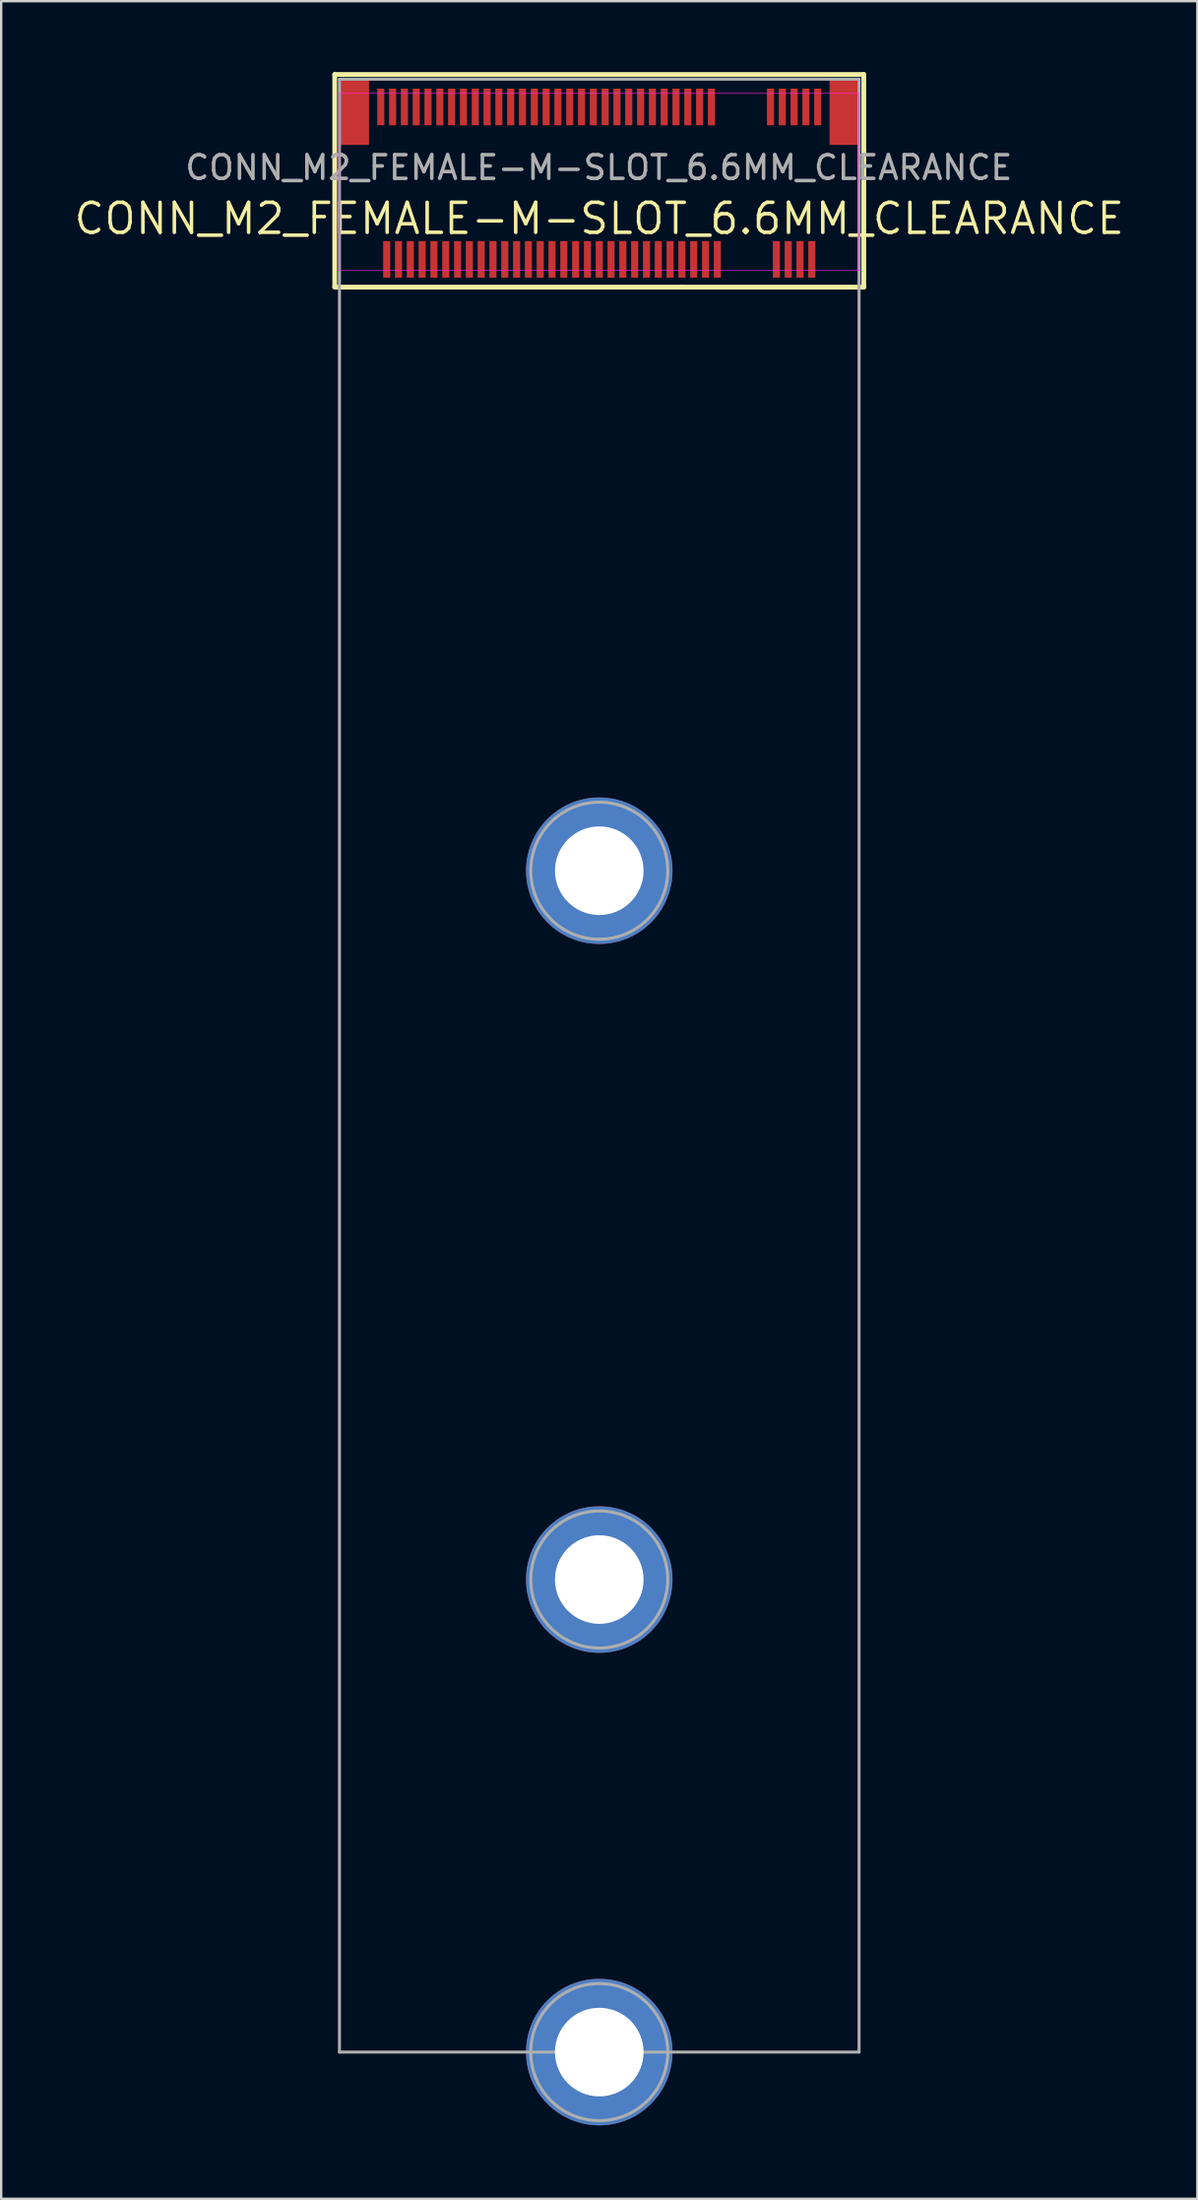
<source format=kicad_pcb>
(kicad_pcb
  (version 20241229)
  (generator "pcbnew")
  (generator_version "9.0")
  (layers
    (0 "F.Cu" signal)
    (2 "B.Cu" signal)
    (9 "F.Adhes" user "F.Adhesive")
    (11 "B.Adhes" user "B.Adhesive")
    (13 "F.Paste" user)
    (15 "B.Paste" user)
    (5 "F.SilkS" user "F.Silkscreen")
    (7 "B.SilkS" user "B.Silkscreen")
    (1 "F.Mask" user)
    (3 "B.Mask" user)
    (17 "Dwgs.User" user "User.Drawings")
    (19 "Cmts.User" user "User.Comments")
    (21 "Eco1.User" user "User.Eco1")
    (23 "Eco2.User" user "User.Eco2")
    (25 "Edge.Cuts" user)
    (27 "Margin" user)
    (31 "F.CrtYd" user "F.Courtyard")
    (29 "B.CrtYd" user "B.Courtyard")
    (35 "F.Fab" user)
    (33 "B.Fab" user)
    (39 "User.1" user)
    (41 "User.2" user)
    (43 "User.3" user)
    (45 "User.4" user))
  (footprint "CONN_M2_FEMALE-M-SLOT_6.6MM_CLEARANCE"
    (layer "F.Cu")
    (at 22.323 6.202)
    (property "Reference" "CONN_M2_FEMALE-M-SLOT_6.6MM_CLEARANCE" (at 0 0 0) (layer "F.SilkS") (effects (font (size 1.27 1.27) (thickness 0.15))))
    (fp_line (start -11.2 2.9) (end -11.2 -6.1) (stroke (width 0.203) (type solid)) (layer "F.SilkS"))
    (fp_line (start 3.5 2.9) (end -11.2 2.9) (stroke (width 0.203) (type solid)) (layer "F.SilkS"))
    (fp_line (start 3.5 2.9) (end 11.2 2.9) (stroke (width 0.203) (type solid)) (layer "F.SilkS"))
    (fp_line (start 11.2 -6.1) (end -11.2 -6.1) (stroke (width 0.203) (type solid)) (layer "F.SilkS"))
    (fp_line (start 11.2 2.9) (end 11.2 -6.1) (stroke (width 0.203) (type solid)) (layer "F.SilkS"))
    (fp_arc (start 0 27.55) (mid 0.05 27.6) (end 0 27.65) (stroke (width 0.00001) (type solid)) (layer "F.Paste"))
    (fp_arc (start 0 27.65) (mid -0.05 27.6) (end 0 27.55) (stroke (width 0.00001) (type solid)) (layer "F.Paste"))
    (fp_arc (start 0 57.54857) (mid 0.05 57.59857) (end 0 57.64857) (stroke (width 0.00001) (type solid)) (layer "F.Paste"))
    (fp_arc (start 0 57.64857) (mid -0.05 57.59857) (end 0 57.54857) (stroke (width 0.00001) (type solid)) (layer "F.Paste"))
    (fp_arc (start 0 77.55) (mid 0.05 77.6) (end 0 77.65) (stroke (width 0.00001) (type solid)) (layer "F.Paste"))
    (fp_arc (start 0 77.65) (mid -0.05 77.6) (end 0 77.55) (stroke (width 0.00001) (type solid)) (layer "F.Paste"))
    (fp_poly (pts (xy -2.003 28.238) (xy -1.898 28.505) (xy -1.757 28.754) (xy -1.584 28.982) (xy -1.382 29.184) (xy -1.154 29.357) (xy -0.905 29.498) (xy -0.638 29.603) (xy -0.5 29.64) (xy -0.5 30.811) (xy -0.684 30.78) (xy -1.043 30.681) (xy -1.389 30.541) (xy -1.717 30.363) (xy -2.022 30.148) (xy -2.3 29.9) (xy -2.548 29.622) (xy -2.763 29.317) (xy -2.941 28.989) (xy -3.081 28.643) (xy -3.18 28.284) (xy -3.211 28.1) (xy -2.04 28.1)) (stroke (width 0.00001) (type solid)) (fill yes) (layer "F.Paste"))
    (fp_poly (pts (xy -2.003 58.237) (xy -1.898 58.503) (xy -1.757 58.753) (xy -1.584 58.981) (xy -1.382 59.183) (xy -1.154 59.356) (xy -0.905 59.496) (xy -0.638 59.602) (xy -0.5 59.638) (xy -0.5 60.81) (xy -0.684 60.779) (xy -1.043 60.679) (xy -1.389 60.54) (xy -1.717 60.361) (xy -2.022 60.147) (xy -2.3 59.899) (xy -2.548 59.62) (xy -2.763 59.315) (xy -2.941 58.988) (xy -3.081 58.642) (xy -3.18 58.282) (xy -3.211 58.099) (xy -2.04 58.099)) (stroke (width 0.00001) (type solid)) (fill yes) (layer "F.Paste"))
    (fp_poly (pts (xy -2.003 78.238) (xy -1.898 78.505) (xy -1.757 78.754) (xy -1.584 78.982) (xy -1.382 79.184) (xy -1.154 79.357) (xy -0.905 79.498) (xy -0.638 79.603) (xy -0.5 79.64) (xy -0.5 80.811) (xy -0.684 80.78) (xy -1.043 80.681) (xy -1.389 80.541) (xy -1.717 80.363) (xy -2.022 80.148) (xy -2.3 79.9) (xy -2.548 79.622) (xy -2.763 79.317) (xy -2.941 78.989) (xy -3.081 78.643) (xy -3.18 78.284) (xy -3.211 78.1) (xy -2.04 78.1)) (stroke (width 0.00001) (type solid)) (fill yes) (layer "F.Paste"))
    (fp_poly (pts (xy -0.5 25.56) (xy -0.638 25.597) (xy -0.905 25.702) (xy -1.154 25.843) (xy -1.382 26.016) (xy -1.584 26.218) (xy -1.757 26.446) (xy -1.898 26.695) (xy -2.003 26.962) (xy -2.04 27.1) (xy -3.211 27.1) (xy -3.18 26.916) (xy -3.081 26.557) (xy -2.941 26.211) (xy -2.763 25.883) (xy -2.548 25.578) (xy -2.3 25.3) (xy -2.022 25.052) (xy -1.717 24.837) (xy -1.389 24.659) (xy -1.043 24.519) (xy -0.684 24.42) (xy -0.5 24.389)) (stroke (width 0.00001) (type solid)) (fill yes) (layer "F.Paste"))
    (fp_poly (pts (xy -0.5 55.559) (xy -0.638 55.595) (xy -0.905 55.701) (xy -1.154 55.841) (xy -1.382 56.014) (xy -1.584 56.217) (xy -1.757 56.445) (xy -1.898 56.694) (xy -2.003 56.96) (xy -2.04 57.099) (xy -3.211 57.099) (xy -3.18 56.915) (xy -3.081 56.555) (xy -2.941 56.209) (xy -2.763 55.882) (xy -2.548 55.577) (xy -2.3 55.299) (xy -2.022 55.05) (xy -1.717 54.836) (xy -1.389 54.657) (xy -1.043 54.518) (xy -0.684 54.419) (xy -0.5 54.387)) (stroke (width 0.00001) (type solid)) (fill yes) (layer "F.Paste"))
    (fp_poly (pts (xy -0.5 75.56) (xy -0.638 75.597) (xy -0.905 75.702) (xy -1.154 75.843) (xy -1.382 76.016) (xy -1.584 76.218) (xy -1.757 76.446) (xy -1.898 76.695) (xy -2.003 76.962) (xy -2.04 77.1) (xy -3.211 77.1) (xy -3.18 76.916) (xy -3.081 76.557) (xy -2.941 76.211) (xy -2.763 75.883) (xy -2.548 75.578) (xy -2.3 75.3) (xy -2.022 75.052) (xy -1.717 74.837) (xy -1.389 74.659) (xy -1.043 74.519) (xy -0.684 74.42) (xy -0.5 74.389)) (stroke (width 0.00001) (type solid)) (fill yes) (layer "F.Paste"))
    (fp_poly (pts (xy 0.684 24.42) (xy 1.043 24.519) (xy 1.389 24.659) (xy 1.717 24.837) (xy 2.022 25.052) (xy 2.3 25.3) (xy 2.548 25.578) (xy 2.763 25.883) (xy 2.941 26.211) (xy 3.081 26.557) (xy 3.18 26.916) (xy 3.211 27.1) (xy 3.211 27.1) (xy 2.04 27.1) (xy 2.003 26.962) (xy 1.898 26.695) (xy 1.757 26.446) (xy 1.584 26.218) (xy 1.382 26.016) (xy 1.154 25.843) (xy 0.905 25.702) (xy 0.638 25.597) (xy 0.5 25.56) (xy 0.5 25.56) (xy 0.5 24.389)) (stroke (width 0.00001) (type solid)) (fill yes) (layer "F.Paste"))
    (fp_poly (pts (xy 0.684 54.419) (xy 1.043 54.518) (xy 1.389 54.657) (xy 1.717 54.836) (xy 2.022 55.05) (xy 2.3 55.299) (xy 2.548 55.577) (xy 2.763 55.882) (xy 2.941 56.209) (xy 3.081 56.555) (xy 3.18 56.915) (xy 3.211 57.099) (xy 3.211 57.099) (xy 2.04 57.099) (xy 2.003 56.96) (xy 1.898 56.694) (xy 1.757 56.445) (xy 1.584 56.217) (xy 1.382 56.014) (xy 1.154 55.841) (xy 0.905 55.701) (xy 0.638 55.595) (xy 0.5 55.559) (xy 0.5 55.559) (xy 0.5 54.387)) (stroke (width 0.00001) (type solid)) (fill yes) (layer "F.Paste"))
    (fp_poly (pts (xy 0.684 74.42) (xy 1.043 74.519) (xy 1.389 74.659) (xy 1.717 74.837) (xy 2.022 75.052) (xy 2.3 75.3) (xy 2.548 75.578) (xy 2.763 75.883) (xy 2.941 76.211) (xy 3.081 76.557) (xy 3.18 76.916) (xy 3.211 77.1) (xy 3.211 77.1) (xy 2.04 77.1) (xy 2.003 76.962) (xy 1.898 76.695) (xy 1.757 76.446) (xy 1.584 76.218) (xy 1.382 76.016) (xy 1.154 75.843) (xy 0.905 75.702) (xy 0.638 75.597) (xy 0.5 75.56) (xy 0.5 75.56) (xy 0.5 74.389)) (stroke (width 0.00001) (type solid)) (fill yes) (layer "F.Paste"))
    (fp_poly (pts (xy 3.211 28.1) (xy 3.18 28.284) (xy 3.081 28.643) (xy 2.941 28.989) (xy 2.763 29.317) (xy 2.548 29.622) (xy 2.3 29.9) (xy 2.022 30.148) (xy 1.717 30.363) (xy 1.389 30.541) (xy 1.043 30.681) (xy 0.684 30.78) (xy 0.5 30.811) (xy 0.5 29.64) (xy 0.5 29.64) (xy 0.638 29.603) (xy 0.905 29.498) (xy 1.154 29.357) (xy 1.382 29.184) (xy 1.584 28.982) (xy 1.757 28.754) (xy 1.898 28.505) (xy 2.003 28.238) (xy 2.04 28.1) (xy 3.211 28.1)) (stroke (width 0.00001) (type solid)) (fill yes) (layer "F.Paste"))
    (fp_poly (pts (xy 3.211 58.099) (xy 3.18 58.282) (xy 3.081 58.642) (xy 2.941 58.988) (xy 2.763 59.315) (xy 2.548 59.62) (xy 2.3 59.899) (xy 2.022 60.147) (xy 1.717 60.361) (xy 1.389 60.54) (xy 1.043 60.679) (xy 0.684 60.779) (xy 0.5 60.81) (xy 0.5 59.638) (xy 0.5 59.638) (xy 0.638 59.602) (xy 0.905 59.496) (xy 1.154 59.356) (xy 1.382 59.183) (xy 1.584 58.981) (xy 1.757 58.753) (xy 1.898 58.503) (xy 2.003 58.237) (xy 2.04 58.099) (xy 3.211 58.099)) (stroke (width 0.00001) (type solid)) (fill yes) (layer "F.Paste"))
    (fp_poly (pts (xy 3.211 78.1) (xy 3.18 78.284) (xy 3.081 78.643) (xy 2.941 78.989) (xy 2.763 79.317) (xy 2.548 79.622) (xy 2.3 79.9) (xy 2.022 80.148) (xy 1.717 80.363) (xy 1.389 80.541) (xy 1.043 80.681) (xy 0.684 80.78) (xy 0.5 80.811) (xy 0.5 79.64) (xy 0.5 79.64) (xy 0.638 79.603) (xy 0.905 79.498) (xy 1.154 79.357) (xy 1.382 79.184) (xy 1.584 78.982) (xy 1.757 78.754) (xy 1.898 78.505) (xy 2.003 78.238) (xy 2.04 78.1) (xy 3.211 78.1)) (stroke (width 0.00001) (type solid)) (fill yes) (layer "F.Paste"))
    (fp_line (start -11 -5.3) (end -11 2.2) (stroke (width 0.025) (type solid)) (layer "F.CrtYd"))
    (fp_line (start -11 2.2) (end 11 2.2) (stroke (width 0.025) (type solid)) (layer "F.CrtYd"))
    (fp_line (start 11 -5.3) (end -11 -5.3) (stroke (width 0.025) (type solid)) (layer "F.CrtYd"))
    (fp_line (start 11 2.2) (end 11 -5.3) (stroke (width 0.025) (type solid)) (layer "F.CrtYd"))
    (fp_line (start -11 -5.9) (end -11 77.6) (stroke (width 0.127) (type solid)) (layer "F.Fab"))
    (fp_line (start -11 77.6) (end 11 77.6) (stroke (width 0.127) (type solid)) (layer "F.Fab"))
    (fp_line (start 11 -5.9) (end -11 -5.9) (stroke (width 0.127) (type solid)) (layer "F.Fab"))
    (fp_line (start 11 77.6) (end 11 -5.9) (stroke (width 0.127) (type solid)) (layer "F.Fab"))
    (fp_arc (start 0 24.7) (mid 2.9 27.6) (end 0 30.5) (stroke (width 0.127) (type solid)) (layer "F.Fab"))
    (fp_arc (start 0 30.5) (mid -2.9 27.6) (end 0 24.7) (stroke (width 0.127) (type solid)) (layer "F.Fab"))
    (fp_arc (start 0 54.69857) (mid 2.9 57.59857) (end 0 60.49857) (stroke (width 0.127) (type solid)) (layer "F.Fab"))
    (fp_arc (start 0 60.49857) (mid -2.9 57.59857) (end 0 54.69857) (stroke (width 0.127) (type solid)) (layer "F.Fab"))
    (fp_arc (start 0 74.7) (mid 2.9 77.6) (end 0 80.5) (stroke (width 0.127) (type solid)) (layer "F.Fab"))
    (fp_arc (start 0 80.5) (mid -2.9 77.6) (end 0 74.7) (stroke (width 0.127) (type solid)) (layer "F.Fab"))
    (fp_text user "${REFERENCE}" (at -0.02 -2.16 0) (unlocked yes) (layer "F.Fab") (effects (font (size 1 1) (thickness 0.15))))
    (pad "" np_thru_hole circle (at -10 0) (size 0.00001 0.00001) (drill 1.1) (layers "*.Cu" "*.Paste" "*.Mask"))
    (pad "" np_thru_hole circle (at 10 0) (size 0.001 0.001) (drill 1.6) (layers "*.Cu" "*.Paste" "*.Mask"))
    (pad "1" smd roundrect (at -9.25 -4.725 90) (size 1.55 0.3) (layers "F.Cu" "F.Mask" "F.Paste") (roundrect_rratio 0.033))
    (pad "2" smd roundrect (at -9 1.725 90) (size 1.55 0.3) (layers "F.Cu" "F.Mask" "F.Paste") (roundrect_rratio 0.033))
    (pad "3" smd roundrect (at -8.75 -4.725 90) (size 1.55 0.3) (layers "F.Cu" "F.Mask" "F.Paste") (roundrect_rratio 0.033))
    (pad "4" smd roundrect (at -8.5 1.725 90) (size 1.55 0.3) (layers "F.Cu" "F.Mask" "F.Paste") (roundrect_rratio 0.033))
    (pad "5" smd roundrect (at -8.25 -4.725 90) (size 1.55 0.3) (layers "F.Cu" "F.Mask" "F.Paste") (roundrect_rratio 0.033))
    (pad "6" smd roundrect (at -8 1.725 90) (size 1.55 0.3) (layers "F.Cu" "F.Mask" "F.Paste") (roundrect_rratio 0.033))
    (pad "7" smd roundrect (at -7.75 -4.725 90) (size 1.55 0.3) (layers "F.Cu" "F.Mask" "F.Paste") (roundrect_rratio 0.033))
    (pad "8" smd roundrect (at -7.5 1.725 90) (size 1.55 0.3) (layers "F.Cu" "F.Mask" "F.Paste") (roundrect_rratio 0.033))
    (pad "9" smd roundrect (at -7.25 -4.725 90) (size 1.55 0.3) (layers "F.Cu" "F.Mask" "F.Paste") (roundrect_rratio 0.033))
    (pad "10" smd roundrect (at -7 1.725 90) (size 1.55 0.3) (layers "F.Cu" "F.Mask" "F.Paste") (roundrect_rratio 0.033))
    (pad "11" smd roundrect (at -6.75 -4.725 90) (size 1.55 0.3) (layers "F.Cu" "F.Mask" "F.Paste") (roundrect_rratio 0.033))
    (pad "12" smd roundrect (at -6.5 1.725 90) (size 1.55 0.3) (layers "F.Cu" "F.Mask" "F.Paste") (roundrect_rratio 0.033))
    (pad "13" smd roundrect (at -6.25 -4.725 90) (size 1.55 0.3) (layers "F.Cu" "F.Mask" "F.Paste") (roundrect_rratio 0.033))
    (pad "14" smd roundrect (at -6 1.725 90) (size 1.55 0.3) (layers "F.Cu" "F.Mask" "F.Paste") (roundrect_rratio 0.033))
    (pad "15" smd roundrect (at -5.75 -4.725 90) (size 1.55 0.3) (layers "F.Cu" "F.Mask" "F.Paste") (roundrect_rratio 0.033))
    (pad "16" smd roundrect (at -5.5 1.725 90) (size 1.55 0.3) (layers "F.Cu" "F.Mask" "F.Paste") (roundrect_rratio 0.033))
    (pad "17" smd roundrect (at -5.25 -4.725 90) (size 1.55 0.3) (layers "F.Cu" "F.Mask" "F.Paste") (roundrect_rratio 0.033))
    (pad "18" smd roundrect (at -5 1.725 90) (size 1.55 0.3) (layers "F.Cu" "F.Mask" "F.Paste") (roundrect_rratio 0.033))
    (pad "19" smd roundrect (at -4.75 -4.725 90) (size 1.55 0.3) (layers "F.Cu" "F.Mask" "F.Paste") (roundrect_rratio 0.033))
    (pad "20" smd roundrect (at -4.5 1.725 90) (size 1.55 0.3) (layers "F.Cu" "F.Mask" "F.Paste") (roundrect_rratio 0.033))
    (pad "21" smd roundrect (at -4.25 -4.725 90) (size 1.55 0.3) (layers "F.Cu" "F.Mask" "F.Paste") (roundrect_rratio 0.033))
    (pad "22" smd roundrect (at -4 1.725 90) (size 1.55 0.3) (layers "F.Cu" "F.Mask" "F.Paste") (roundrect_rratio 0.033))
    (pad "23" smd roundrect (at -3.75 -4.725 90) (size 1.55 0.3) (layers "F.Cu" "F.Mask" "F.Paste") (roundrect_rratio 0.033))
    (pad "24" smd roundrect (at -3.5 1.725 90) (size 1.55 0.3) (layers "F.Cu" "F.Mask" "F.Paste") (roundrect_rratio 0.033))
    (pad "25" smd roundrect (at -3.25 -4.725 90) (size 1.55 0.3) (layers "F.Cu" "F.Mask" "F.Paste") (roundrect_rratio 0.033))
    (pad "26" smd roundrect (at -3 1.725 90) (size 1.55 0.3) (layers "F.Cu" "F.Mask" "F.Paste") (roundrect_rratio 0.033))
    (pad "27" smd roundrect (at -2.75 -4.725 90) (size 1.55 0.3) (layers "F.Cu" "F.Mask" "F.Paste") (roundrect_rratio 0.033))
    (pad "28" smd roundrect (at -2.5 1.725 90) (size 1.55 0.3) (layers "F.Cu" "F.Mask" "F.Paste") (roundrect_rratio 0.033))
    (pad "29" smd roundrect (at -2.25 -4.725 90) (size 1.55 0.3) (layers "F.Cu" "F.Mask" "F.Paste") (roundrect_rratio 0.033))
    (pad "30" smd roundrect (at -2 1.725 90) (size 1.55 0.3) (layers "F.Cu" "F.Mask" "F.Paste") (roundrect_rratio 0.033))
    (pad "31" smd roundrect (at -1.75 -4.725 90) (size 1.55 0.3) (layers "F.Cu" "F.Mask" "F.Paste") (roundrect_rratio 0.033))
    (pad "32" smd roundrect (at -1.5 1.725 90) (size 1.55 0.3) (layers "F.Cu" "F.Mask" "F.Paste") (roundrect_rratio 0.033))
    (pad "33" smd roundrect (at -1.25 -4.725 90) (size 1.55 0.3) (layers "F.Cu" "F.Mask" "F.Paste") (roundrect_rratio 0.033))
    (pad "34" smd roundrect (at -1 1.725 90) (size 1.55 0.3) (layers "F.Cu" "F.Mask" "F.Paste") (roundrect_rratio 0.033))
    (pad "35" smd roundrect (at -0.75 -4.725 90) (size 1.55 0.3) (layers "F.Cu" "F.Mask" "F.Paste") (roundrect_rratio 0.033))
    (pad "36" smd roundrect (at -0.5 1.725 90) (size 1.55 0.3) (layers "F.Cu" "F.Mask" "F.Paste") (roundrect_rratio 0.033))
    (pad "37" smd roundrect (at -0.25 -4.725 90) (size 1.55 0.3) (layers "F.Cu" "F.Mask" "F.Paste") (roundrect_rratio 0.033))
    (pad "38" smd roundrect (at 0 1.725 90) (size 1.55 0.3) (layers "F.Cu" "F.Mask" "F.Paste") (roundrect_rratio 0.033))
    (pad "39" smd roundrect (at 0.25 -4.725 90) (size 1.55 0.3) (layers "F.Cu" "F.Mask" "F.Paste") (roundrect_rratio 0.033))
    (pad "40" smd roundrect (at 0.5 1.725 90) (size 1.55 0.3) (layers "F.Cu" "F.Mask" "F.Paste") (roundrect_rratio 0.033))
    (pad "41" smd roundrect (at 0.75 -4.725 90) (size 1.55 0.3) (layers "F.Cu" "F.Mask" "F.Paste") (roundrect_rratio 0.033))
    (pad "42" smd roundrect (at 1 1.725 90) (size 1.55 0.3) (layers "F.Cu" "F.Mask" "F.Paste") (roundrect_rratio 0.033))
    (pad "43" smd roundrect (at 1.25 -4.725 90) (size 1.55 0.3) (layers "F.Cu" "F.Mask" "F.Paste") (roundrect_rratio 0.033))
    (pad "44" smd roundrect (at 1.5 1.725 90) (size 1.55 0.3) (layers "F.Cu" "F.Mask" "F.Paste") (roundrect_rratio 0.033))
    (pad "45" smd roundrect (at 1.75 -4.725 90) (size 1.55 0.3) (layers "F.Cu" "F.Mask" "F.Paste") (roundrect_rratio 0.033))
    (pad "46" smd roundrect (at 2 1.725 90) (size 1.55 0.3) (layers "F.Cu" "F.Mask" "F.Paste") (roundrect_rratio 0.033))
    (pad "47" smd roundrect (at 2.25 -4.725 90) (size 1.55 0.3) (layers "F.Cu" "F.Mask" "F.Paste") (roundrect_rratio 0.033))
    (pad "48" smd roundrect (at 2.5 1.725 90) (size 1.55 0.3) (layers "F.Cu" "F.Mask" "F.Paste") (roundrect_rratio 0.033))
    (pad "49" smd roundrect (at 2.75 -4.725 90) (size 1.55 0.3) (layers "F.Cu" "F.Mask" "F.Paste") (roundrect_rratio 0.033))
    (pad "50" smd roundrect (at 3 1.725 90) (size 1.55 0.3) (layers "F.Cu" "F.Mask" "F.Paste") (roundrect_rratio 0.033))
    (pad "51" smd roundrect (at 3.25 -4.725 90) (size 1.55 0.3) (layers "F.Cu" "F.Mask" "F.Paste") (roundrect_rratio 0.033))
    (pad "52" smd roundrect (at 3.5 1.725 90) (size 1.55 0.3) (layers "F.Cu" "F.Mask" "F.Paste") (roundrect_rratio 0.033))
    (pad "53" smd roundrect (at 3.75 -4.725 90) (size 1.55 0.3) (layers "F.Cu" "F.Mask" "F.Paste") (roundrect_rratio 0.033))
    (pad "54" smd roundrect (at 4 1.725 90) (size 1.55 0.3) (layers "F.Cu" "F.Mask" "F.Paste") (roundrect_rratio 0.033))
    (pad "55" smd roundrect (at 4.25 -4.725 90) (size 1.55 0.3) (layers "F.Cu" "F.Mask" "F.Paste") (roundrect_rratio 0.033))
    (pad "56" smd roundrect (at 4.5 1.725 90) (size 1.55 0.3) (layers "F.Cu" "F.Mask" "F.Paste") (roundrect_rratio 0.033))
    (pad "57" smd roundrect (at 4.75 -4.725 90) (size 1.55 0.3) (layers "F.Cu" "F.Mask" "F.Paste") (roundrect_rratio 0.033))
    (pad "58" smd roundrect (at 5 1.725 90) (size 1.55 0.3) (layers "F.Cu" "F.Mask" "F.Paste") (roundrect_rratio 0.033))
    (pad "59" smd roundrect (at 7.25 -4.725 90) (size 1.55 0.3) (layers "F.Cu" "F.Mask" "F.Paste") (roundrect_rratio 0.033))
    (pad "60" smd roundrect (at 7.5 1.725 90) (size 1.55 0.3) (layers "F.Cu" "F.Mask" "F.Paste") (roundrect_rratio 0.033))
    (pad "61" smd roundrect (at 7.75 -4.725 90) (size 1.55 0.3) (layers "F.Cu" "F.Mask" "F.Paste") (roundrect_rratio 0.033))
    (pad "62" smd roundrect (at 8 1.725 90) (size 1.55 0.3) (layers "F.Cu" "F.Mask" "F.Paste") (roundrect_rratio 0.033))
    (pad "63" smd roundrect (at 8.25 -4.725 90) (size 1.55 0.3) (layers "F.Cu" "F.Mask" "F.Paste") (roundrect_rratio 0.033))
    (pad "64" smd roundrect (at 8.5 1.725 90) (size 1.55 0.3) (layers "F.Cu" "F.Mask" "F.Paste") (roundrect_rratio 0.033))
    (pad "65" smd roundrect (at 8.75 -4.725 90) (size 1.55 0.3) (layers "F.Cu" "F.Mask" "F.Paste") (roundrect_rratio 0.033))
    (pad "66" smd roundrect (at 9 1.725 90) (size 1.55 0.3) (layers "F.Cu" "F.Mask" "F.Paste") (roundrect_rratio 0.033))
    (pad "67" smd roundrect (at 9.25 -4.725 90) (size 1.55 0.3) (layers "F.Cu" "F.Mask" "F.Paste") (roundrect_rratio 0.033))
    (pad "68" smd rect (at -10.35 -4.5 90) (size 2.76 1.2) (layers "F.Cu" "F.Mask" "F.Paste"))
    (pad "69" smd rect (at 10.35 -4.5 90) (size 2.76 1.2) (layers "F.Cu" "F.Mask" "F.Paste"))
    (pad "72" thru_hole circle (at 0 77.6) (size 6.2 6.2) (drill 3.75) (layers "*.Cu" "*.Mask"))
    (pad "73" thru_hole circle (at 0 57.6) (size 6.2 6.2) (drill 3.75) (layers "*.Cu" "*.Mask"))
    (pad "74" thru_hole circle (at 0 27.6) (size 6.2 6.2) (drill 3.75) (layers "*.Cu" "*.Mask")))
  (gr_rect
    (start -3 -3)
    (end 47.646 90.013)
    (stroke (width 0.1) (type default))
    (fill no)
    (layer "Edge.Cuts")))
</source>
